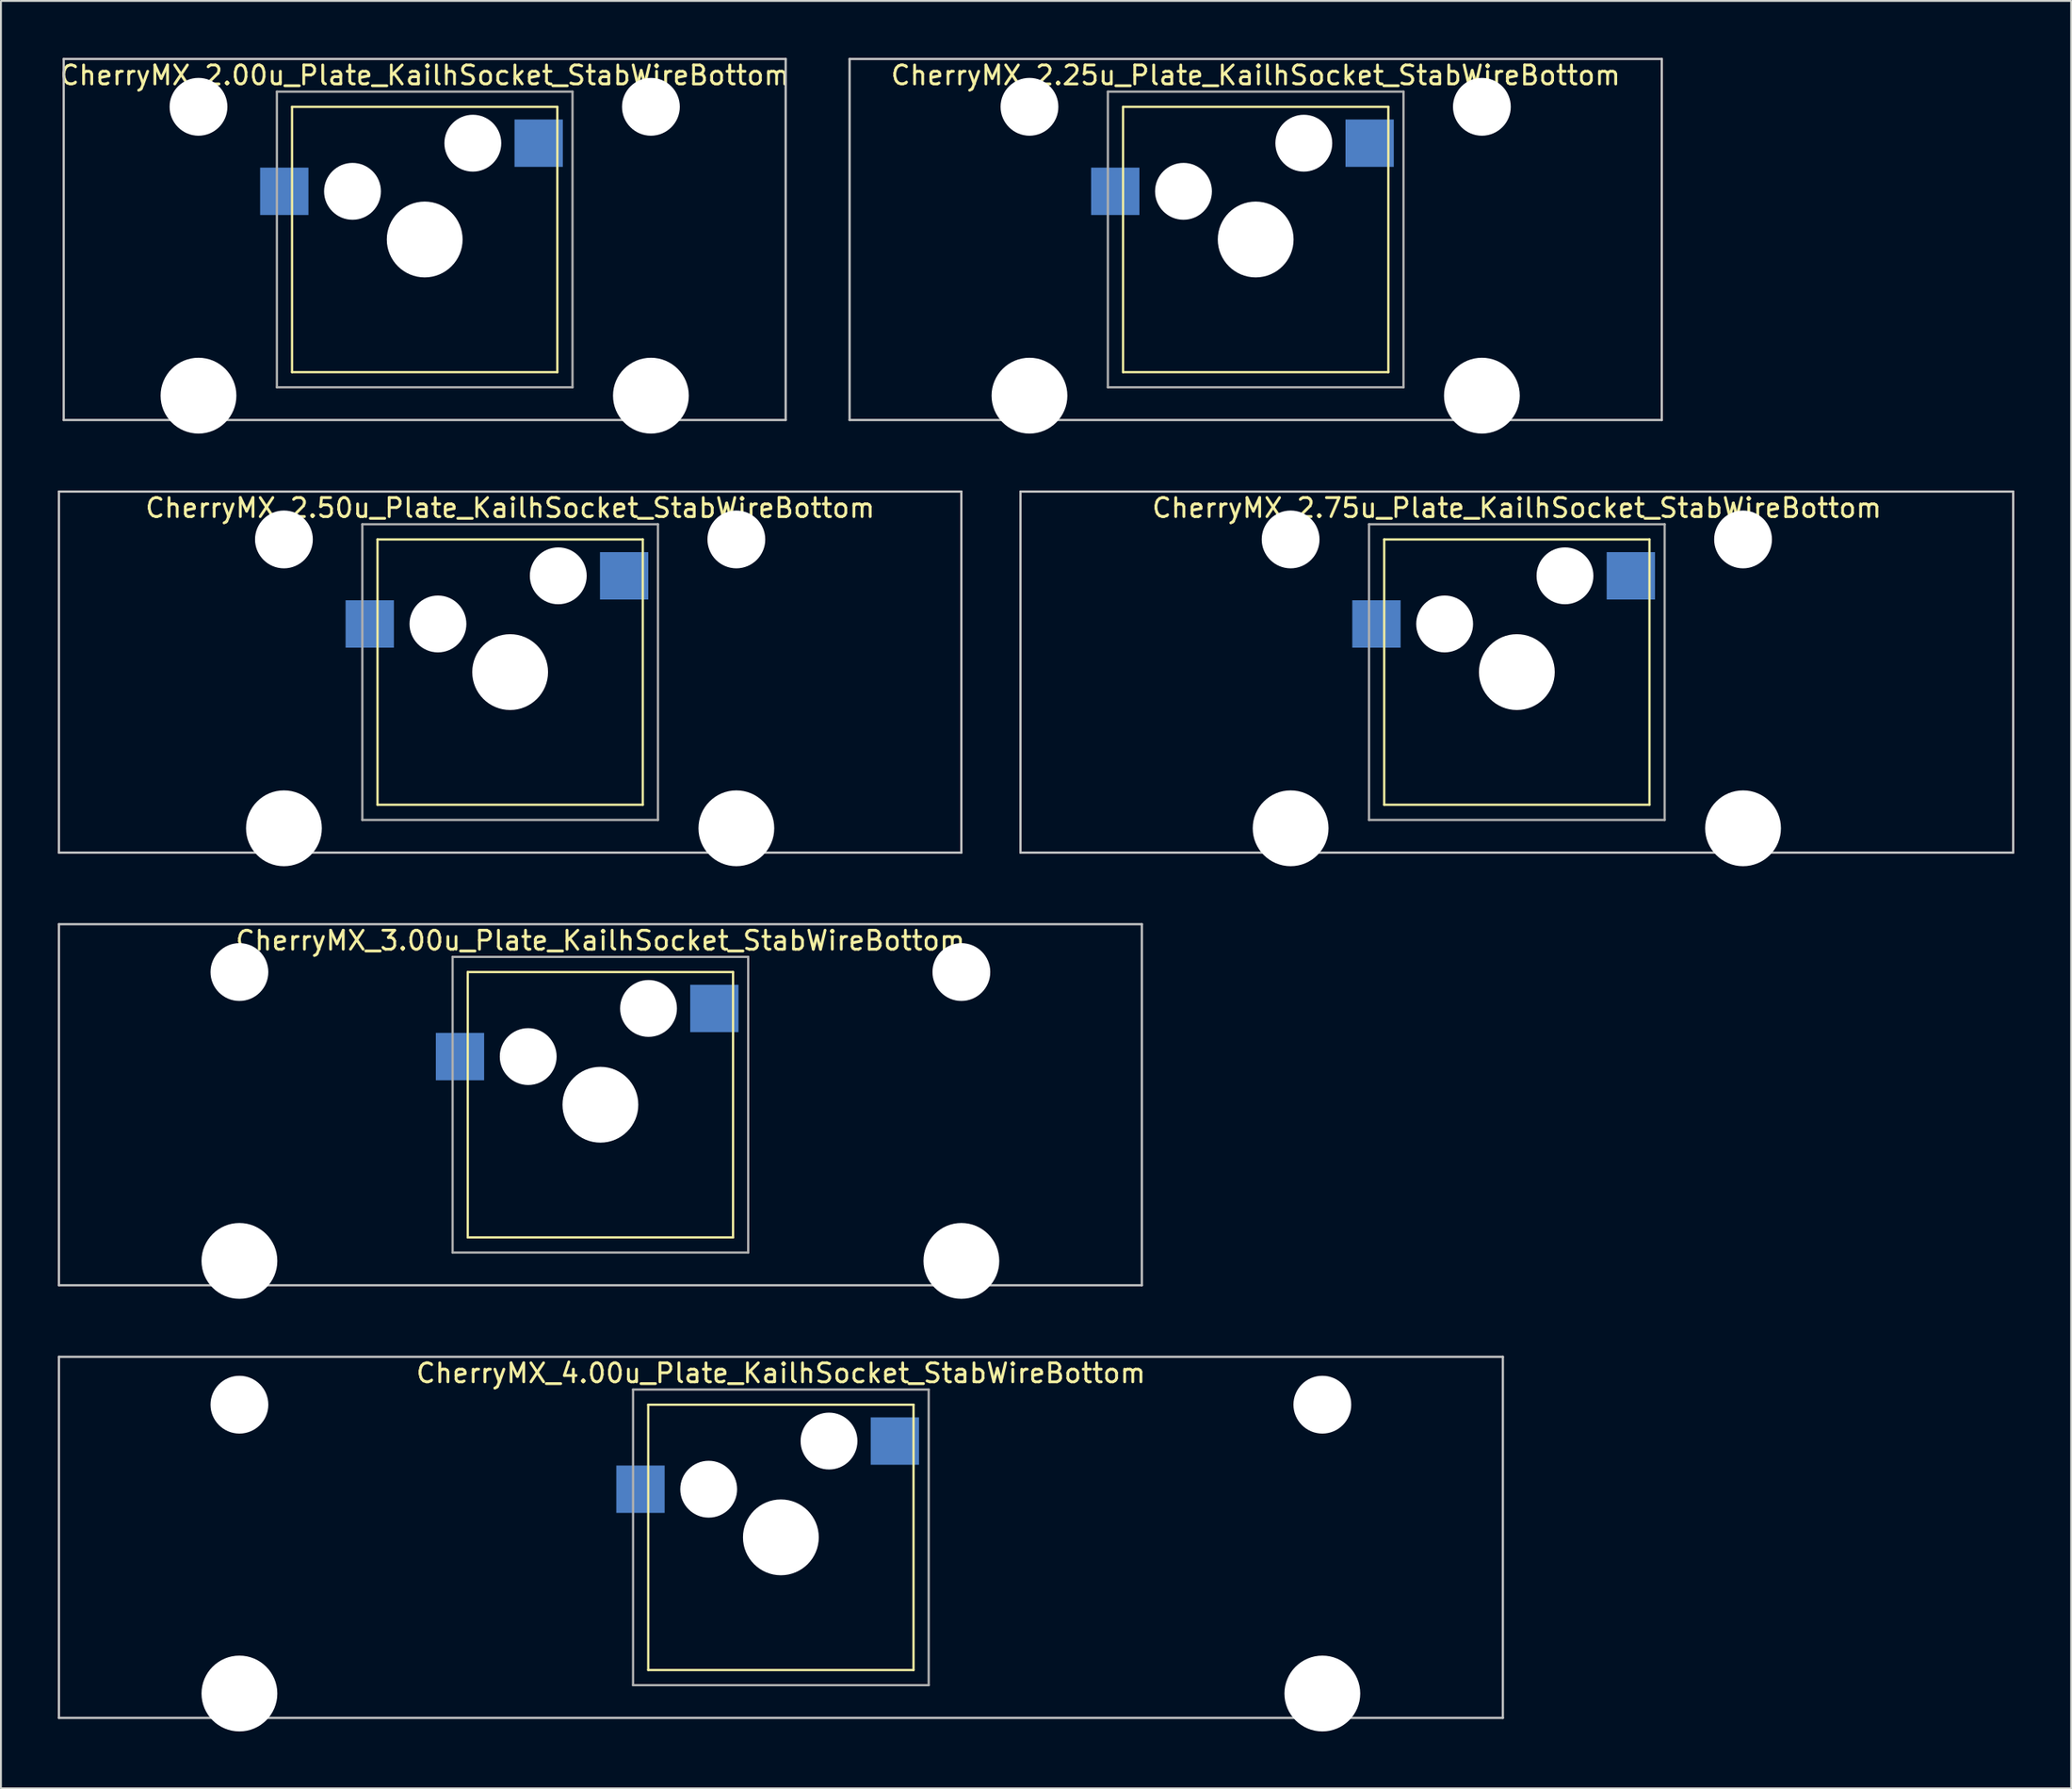
<source format=kicad_pcb>
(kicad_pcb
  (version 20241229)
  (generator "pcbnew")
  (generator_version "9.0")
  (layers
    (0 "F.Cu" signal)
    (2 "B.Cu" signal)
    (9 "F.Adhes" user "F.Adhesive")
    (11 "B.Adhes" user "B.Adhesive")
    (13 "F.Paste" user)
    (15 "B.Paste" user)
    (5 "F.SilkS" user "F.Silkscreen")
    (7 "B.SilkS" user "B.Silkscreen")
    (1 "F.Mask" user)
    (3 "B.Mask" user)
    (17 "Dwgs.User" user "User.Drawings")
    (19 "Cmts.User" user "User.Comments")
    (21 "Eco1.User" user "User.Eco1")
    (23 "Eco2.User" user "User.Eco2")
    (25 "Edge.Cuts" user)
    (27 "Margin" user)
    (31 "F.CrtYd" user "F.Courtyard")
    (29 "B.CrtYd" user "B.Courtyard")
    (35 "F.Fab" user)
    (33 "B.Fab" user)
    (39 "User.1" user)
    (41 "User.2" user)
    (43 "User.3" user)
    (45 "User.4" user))
  (footprint "CherryMX_2.25u_Plate_KailhSocket_StabWireBottom"
    (layer "F.Cu")
    (at 63.217 9.585)
    (property "Reference" "CherryMX_2.25u_Plate_KailhSocket_StabWireBottom" (at 0 -8.662 0) (layer "F.SilkS") (effects (font (size 1 1) (thickness 0.15))))
    (attr through_hole)
    (fp_line (start -7 -7) (end -7 7) (stroke (width 0.12) (type solid)) (layer "F.SilkS"))
    (fp_line (start -7 -7) (end 7 -7) (stroke (width 0.12) (type solid)) (layer "F.SilkS"))
    (fp_line (start 7 -7) (end 7 7) (stroke (width 0.12) (type solid)) (layer "F.SilkS"))
    (fp_line (start 7 7) (end -7 7) (stroke (width 0.12) (type solid)) (layer "F.SilkS"))
    (fp_line (start -21.431 -9.525) (end 21.431 -9.525) (stroke (width 0.12) (type solid)) (layer "Dwgs.User"))
    (fp_line (start -21.431 9.525) (end -21.431 -9.525) (stroke (width 0.12) (type solid)) (layer "Dwgs.User"))
    (fp_line (start 21.431 -9.525) (end 21.431 9.525) (stroke (width 0.12) (type solid)) (layer "Dwgs.User"))
    (fp_line (start 21.431 9.525) (end -21.431 9.525) (stroke (width 0.12) (type solid)) (layer "Dwgs.User"))
    (fp_line (start -7.8 -7.8) (end -7.8 7.8) (stroke (width 0.12) (type solid)) (layer "F.Fab"))
    (fp_line (start -7.8 -7.8) (end 7.8 -7.8) (stroke (width 0.12) (type solid)) (layer "F.Fab"))
    (fp_line (start -7.8 7.8) (end 7.8 7.8) (stroke (width 0.12) (type solid)) (layer "F.Fab"))
    (fp_line (start 7.8 -7.8) (end 7.8 7.8) (stroke (width 0.12) (type solid)) (layer "F.Fab"))
    (pad "" np_thru_hole circle (at -11.938 -7) (size 3.05 3.05) (drill 3.05) (layers "*.Cu" "*.Mask"))
    (pad "" np_thru_hole circle (at -11.938 8.24) (size 4 4) (drill 4) (layers "*.Cu" "*.Mask"))
    (pad "" np_thru_hole circle (at -3.81 -2.54) (size 3 3) (drill 3) (layers "*.Cu" "*.Mask"))
    (pad "" np_thru_hole circle (at 0 0) (size 4 4) (drill 4) (layers "*.Cu" "*.Mask"))
    (pad "" np_thru_hole circle (at 2.54 -5.08) (size 3 3) (drill 3) (layers "*.Cu" "*.Mask"))
    (pad "" np_thru_hole circle (at 11.938 -7) (size 3.05 3.05) (drill 3.05) (layers "*.Cu" "*.Mask"))
    (pad "" np_thru_hole circle (at 11.938 8.24) (size 4 4) (drill 4) (layers "*.Cu" "*.Mask"))
    (pad "1" smd rect (at -7.41 -2.54) (size 2.55 2.5) (layers "B.Cu" "B.Mask" "B.Paste"))
    (pad "2" smd rect (at 6.015 -5.08) (size 2.55 2.5) (layers "B.Cu" "B.Mask" "B.Paste")))
  (footprint "CherryMX_2.00u_Plate_KailhSocket_StabWireBottom"
    (layer "F.Cu")
    (at 19.363 9.585)
    (property "Reference" "CherryMX_2.00u_Plate_KailhSocket_StabWireBottom" (at 0 -8.662 0) (layer "F.SilkS") (effects (font (size 1 1) (thickness 0.15))))
    (attr through_hole)
    (fp_line (start -7 -7) (end -7 7) (stroke (width 0.12) (type solid)) (layer "F.SilkS"))
    (fp_line (start -7 -7) (end 7 -7) (stroke (width 0.12) (type solid)) (layer "F.SilkS"))
    (fp_line (start 7 -7) (end 7 7) (stroke (width 0.12) (type solid)) (layer "F.SilkS"))
    (fp_line (start 7 7) (end -7 7) (stroke (width 0.12) (type solid)) (layer "F.SilkS"))
    (fp_line (start -19.05 -9.525) (end 19.05 -9.525) (stroke (width 0.12) (type solid)) (layer "Dwgs.User"))
    (fp_line (start -19.05 9.525) (end -19.05 -9.525) (stroke (width 0.12) (type solid)) (layer "Dwgs.User"))
    (fp_line (start 19.05 -9.525) (end 19.05 9.525) (stroke (width 0.12) (type solid)) (layer "Dwgs.User"))
    (fp_line (start 19.05 9.525) (end -19.05 9.525) (stroke (width 0.12) (type solid)) (layer "Dwgs.User"))
    (fp_line (start -7.8 -7.8) (end -7.8 7.8) (stroke (width 0.12) (type solid)) (layer "F.Fab"))
    (fp_line (start -7.8 -7.8) (end 7.8 -7.8) (stroke (width 0.12) (type solid)) (layer "F.Fab"))
    (fp_line (start -7.8 7.8) (end 7.8 7.8) (stroke (width 0.12) (type solid)) (layer "F.Fab"))
    (fp_line (start 7.8 -7.8) (end 7.8 7.8) (stroke (width 0.12) (type solid)) (layer "F.Fab"))
    (pad "" np_thru_hole circle (at -11.938 -7) (size 3.05 3.05) (drill 3.05) (layers "*.Cu" "*.Mask"))
    (pad "" np_thru_hole circle (at -11.938 8.24) (size 4 4) (drill 4) (layers "*.Cu" "*.Mask"))
    (pad "" np_thru_hole circle (at -3.81 -2.54) (size 3 3) (drill 3) (layers "*.Cu" "*.Mask"))
    (pad "" np_thru_hole circle (at 0 0) (size 4 4) (drill 4) (layers "*.Cu" "*.Mask"))
    (pad "" np_thru_hole circle (at 2.54 -5.08) (size 3 3) (drill 3) (layers "*.Cu" "*.Mask"))
    (pad "" np_thru_hole circle (at 11.938 -7) (size 3.05 3.05) (drill 3.05) (layers "*.Cu" "*.Mask"))
    (pad "" np_thru_hole circle (at 11.938 8.24) (size 4 4) (drill 4) (layers "*.Cu" "*.Mask"))
    (pad "1" smd rect (at -7.41 -2.54) (size 2.55 2.5) (layers "B.Cu" "B.Mask" "B.Paste"))
    (pad "2" smd rect (at 6.015 -5.08) (size 2.55 2.5) (layers "B.Cu" "B.Mask" "B.Paste")))
  (footprint "CherryMX_2.75u_Plate_KailhSocket_StabWireBottom"
    (layer "F.Cu")
    (at 76.999 32.41)
    (property "Reference" "CherryMX_2.75u_Plate_KailhSocket_StabWireBottom" (at 0 -8.662 0) (layer "F.SilkS") (effects (font (size 1 1) (thickness 0.15))))
    (attr through_hole)
    (fp_line (start -7 -7) (end -7 7) (stroke (width 0.12) (type solid)) (layer "F.SilkS"))
    (fp_line (start -7 -7) (end 7 -7) (stroke (width 0.12) (type solid)) (layer "F.SilkS"))
    (fp_line (start 7 -7) (end 7 7) (stroke (width 0.12) (type solid)) (layer "F.SilkS"))
    (fp_line (start 7 7) (end -7 7) (stroke (width 0.12) (type solid)) (layer "F.SilkS"))
    (fp_line (start -26.194 -9.525) (end 26.194 -9.525) (stroke (width 0.12) (type solid)) (layer "Dwgs.User"))
    (fp_line (start -26.194 9.525) (end -26.194 -9.525) (stroke (width 0.12) (type solid)) (layer "Dwgs.User"))
    (fp_line (start 26.194 -9.525) (end 26.194 9.525) (stroke (width 0.12) (type solid)) (layer "Dwgs.User"))
    (fp_line (start 26.194 9.525) (end -26.194 9.525) (stroke (width 0.12) (type solid)) (layer "Dwgs.User"))
    (fp_line (start -7.8 -7.8) (end -7.8 7.8) (stroke (width 0.12) (type solid)) (layer "F.Fab"))
    (fp_line (start -7.8 -7.8) (end 7.8 -7.8) (stroke (width 0.12) (type solid)) (layer "F.Fab"))
    (fp_line (start -7.8 7.8) (end 7.8 7.8) (stroke (width 0.12) (type solid)) (layer "F.Fab"))
    (fp_line (start 7.8 -7.8) (end 7.8 7.8) (stroke (width 0.12) (type solid)) (layer "F.Fab"))
    (pad "" np_thru_hole circle (at -11.938 -7) (size 3.05 3.05) (drill 3.05) (layers "*.Cu" "*.Mask"))
    (pad "" np_thru_hole circle (at -11.938 8.24) (size 4 4) (drill 4) (layers "*.Cu" "*.Mask"))
    (pad "" np_thru_hole circle (at -3.81 -2.54) (size 3 3) (drill 3) (layers "*.Cu" "*.Mask"))
    (pad "" np_thru_hole circle (at 0 0) (size 4 4) (drill 4) (layers "*.Cu" "*.Mask"))
    (pad "" np_thru_hole circle (at 2.54 -5.08) (size 3 3) (drill 3) (layers "*.Cu" "*.Mask"))
    (pad "" np_thru_hole circle (at 11.938 -7) (size 3.05 3.05) (drill 3.05) (layers "*.Cu" "*.Mask"))
    (pad "" np_thru_hole circle (at 11.938 8.24) (size 4 4) (drill 4) (layers "*.Cu" "*.Mask"))
    (pad "1" smd rect (at -7.41 -2.54) (size 2.55 2.5) (layers "B.Cu" "B.Mask" "B.Paste"))
    (pad "2" smd rect (at 6.015 -5.08) (size 2.55 2.5) (layers "B.Cu" "B.Mask" "B.Paste")))
  (footprint "CherryMX_4.00u_Plate_KailhSocket_StabWireBottom"
    (layer "F.Cu")
    (at 38.16 78.06)
    (property "Reference" "CherryMX_4.00u_Plate_KailhSocket_StabWireBottom" (at 0 -8.662 0) (layer "F.SilkS") (effects (font (size 1 1) (thickness 0.15))))
    (attr through_hole)
    (fp_line (start -7 -7) (end -7 7) (stroke (width 0.12) (type solid)) (layer "F.SilkS"))
    (fp_line (start -7 -7) (end 7 -7) (stroke (width 0.12) (type solid)) (layer "F.SilkS"))
    (fp_line (start 7 -7) (end 7 7) (stroke (width 0.12) (type solid)) (layer "F.SilkS"))
    (fp_line (start 7 7) (end -7 7) (stroke (width 0.12) (type solid)) (layer "F.SilkS"))
    (fp_line (start -38.1 -9.525) (end 38.1 -9.525) (stroke (width 0.12) (type solid)) (layer "Dwgs.User"))
    (fp_line (start -38.1 9.525) (end -38.1 -9.525) (stroke (width 0.12) (type solid)) (layer "Dwgs.User"))
    (fp_line (start 38.1 -9.525) (end 38.1 9.525) (stroke (width 0.12) (type solid)) (layer "Dwgs.User"))
    (fp_line (start 38.1 9.525) (end -38.1 9.525) (stroke (width 0.12) (type solid)) (layer "Dwgs.User"))
    (fp_line (start -7.8 -7.8) (end -7.8 7.8) (stroke (width 0.12) (type solid)) (layer "F.Fab"))
    (fp_line (start -7.8 -7.8) (end 7.8 -7.8) (stroke (width 0.12) (type solid)) (layer "F.Fab"))
    (fp_line (start -7.8 7.8) (end 7.8 7.8) (stroke (width 0.12) (type solid)) (layer "F.Fab"))
    (fp_line (start 7.8 -7.8) (end 7.8 7.8) (stroke (width 0.12) (type solid)) (layer "F.Fab"))
    (pad "" np_thru_hole circle (at -28.575 -7) (size 3.05 3.05) (drill 3.05) (layers "*.Cu" "*.Mask"))
    (pad "" np_thru_hole circle (at -28.575 8.24) (size 4 4) (drill 4) (layers "*.Cu" "*.Mask"))
    (pad "" np_thru_hole circle (at -3.81 -2.54) (size 3 3) (drill 3) (layers "*.Cu" "*.Mask"))
    (pad "" np_thru_hole circle (at 0 0) (size 4 4) (drill 4) (layers "*.Cu" "*.Mask"))
    (pad "" np_thru_hole circle (at 2.54 -5.08) (size 3 3) (drill 3) (layers "*.Cu" "*.Mask"))
    (pad "" np_thru_hole circle (at 28.575 -7) (size 3.05 3.05) (drill 3.05) (layers "*.Cu" "*.Mask"))
    (pad "" np_thru_hole circle (at 28.575 8.24) (size 4 4) (drill 4) (layers "*.Cu" "*.Mask"))
    (pad "1" smd rect (at -7.41 -2.54) (size 2.55 2.5) (layers "B.Cu" "B.Mask" "B.Paste"))
    (pad "2" smd rect (at 6.015 -5.08) (size 2.55 2.5) (layers "B.Cu" "B.Mask" "B.Paste")))
  (footprint "CherryMX_2.50u_Plate_KailhSocket_StabWireBottom"
    (layer "F.Cu")
    (at 23.872 32.41)
    (property "Reference" "CherryMX_2.50u_Plate_KailhSocket_StabWireBottom" (at 0 -8.662 0) (layer "F.SilkS") (effects (font (size 1 1) (thickness 0.15))))
    (attr through_hole)
    (fp_line (start -7 -7) (end -7 7) (stroke (width 0.12) (type solid)) (layer "F.SilkS"))
    (fp_line (start -7 -7) (end 7 -7) (stroke (width 0.12) (type solid)) (layer "F.SilkS"))
    (fp_line (start 7 -7) (end 7 7) (stroke (width 0.12) (type solid)) (layer "F.SilkS"))
    (fp_line (start 7 7) (end -7 7) (stroke (width 0.12) (type solid)) (layer "F.SilkS"))
    (fp_line (start -23.812 -9.525) (end 23.812 -9.525) (stroke (width 0.12) (type solid)) (layer "Dwgs.User"))
    (fp_line (start -23.812 9.525) (end -23.812 -9.525) (stroke (width 0.12) (type solid)) (layer "Dwgs.User"))
    (fp_line (start 23.812 -9.525) (end 23.812 9.525) (stroke (width 0.12) (type solid)) (layer "Dwgs.User"))
    (fp_line (start 23.812 9.525) (end -23.812 9.525) (stroke (width 0.12) (type solid)) (layer "Dwgs.User"))
    (fp_line (start -7.8 -7.8) (end -7.8 7.8) (stroke (width 0.12) (type solid)) (layer "F.Fab"))
    (fp_line (start -7.8 -7.8) (end 7.8 -7.8) (stroke (width 0.12) (type solid)) (layer "F.Fab"))
    (fp_line (start -7.8 7.8) (end 7.8 7.8) (stroke (width 0.12) (type solid)) (layer "F.Fab"))
    (fp_line (start 7.8 -7.8) (end 7.8 7.8) (stroke (width 0.12) (type solid)) (layer "F.Fab"))
    (pad "" np_thru_hole circle (at -11.938 -7) (size 3.05 3.05) (drill 3.05) (layers "*.Cu" "*.Mask"))
    (pad "" np_thru_hole circle (at -11.938 8.24) (size 4 4) (drill 4) (layers "*.Cu" "*.Mask"))
    (pad "" np_thru_hole circle (at -3.81 -2.54) (size 3 3) (drill 3) (layers "*.Cu" "*.Mask"))
    (pad "" np_thru_hole circle (at 0 0) (size 4 4) (drill 4) (layers "*.Cu" "*.Mask"))
    (pad "" np_thru_hole circle (at 2.54 -5.08) (size 3 3) (drill 3) (layers "*.Cu" "*.Mask"))
    (pad "" np_thru_hole circle (at 11.938 -7) (size 3.05 3.05) (drill 3.05) (layers "*.Cu" "*.Mask"))
    (pad "" np_thru_hole circle (at 11.938 8.24) (size 4 4) (drill 4) (layers "*.Cu" "*.Mask"))
    (pad "1" smd rect (at -7.41 -2.54) (size 2.55 2.5) (layers "B.Cu" "B.Mask" "B.Paste"))
    (pad "2" smd rect (at 6.015 -5.08) (size 2.55 2.5) (layers "B.Cu" "B.Mask" "B.Paste")))
  (footprint "CherryMX_3.00u_Plate_KailhSocket_StabWireBottom"
    (layer "F.Cu")
    (at 28.635 55.235)
    (property "Reference" "CherryMX_3.00u_Plate_KailhSocket_StabWireBottom" (at 0 -8.662 0) (layer "F.SilkS") (effects (font (size 1 1) (thickness 0.15))))
    (attr through_hole)
    (fp_line (start -7 -7) (end -7 7) (stroke (width 0.12) (type solid)) (layer "F.SilkS"))
    (fp_line (start -7 -7) (end 7 -7) (stroke (width 0.12) (type solid)) (layer "F.SilkS"))
    (fp_line (start 7 -7) (end 7 7) (stroke (width 0.12) (type solid)) (layer "F.SilkS"))
    (fp_line (start 7 7) (end -7 7) (stroke (width 0.12) (type solid)) (layer "F.SilkS"))
    (fp_line (start -28.575 -9.525) (end 28.575 -9.525) (stroke (width 0.12) (type solid)) (layer "Dwgs.User"))
    (fp_line (start -28.575 9.525) (end -28.575 -9.525) (stroke (width 0.12) (type solid)) (layer "Dwgs.User"))
    (fp_line (start 28.575 -9.525) (end 28.575 9.525) (stroke (width 0.12) (type solid)) (layer "Dwgs.User"))
    (fp_line (start 28.575 9.525) (end -28.575 9.525) (stroke (width 0.12) (type solid)) (layer "Dwgs.User"))
    (fp_line (start -7.8 -7.8) (end -7.8 7.8) (stroke (width 0.12) (type solid)) (layer "F.Fab"))
    (fp_line (start -7.8 -7.8) (end 7.8 -7.8) (stroke (width 0.12) (type solid)) (layer "F.Fab"))
    (fp_line (start -7.8 7.8) (end 7.8 7.8) (stroke (width 0.12) (type solid)) (layer "F.Fab"))
    (fp_line (start 7.8 -7.8) (end 7.8 7.8) (stroke (width 0.12) (type solid)) (layer "F.Fab"))
    (pad "" np_thru_hole circle (at -19.05 -7) (size 3.05 3.05) (drill 3.05) (layers "*.Cu" "*.Mask"))
    (pad "" np_thru_hole circle (at -19.05 8.24) (size 4 4) (drill 4) (layers "*.Cu" "*.Mask"))
    (pad "" np_thru_hole circle (at -3.81 -2.54) (size 3 3) (drill 3) (layers "*.Cu" "*.Mask"))
    (pad "" np_thru_hole circle (at 0 0) (size 4 4) (drill 4) (layers "*.Cu" "*.Mask"))
    (pad "" np_thru_hole circle (at 2.54 -5.08) (size 3 3) (drill 3) (layers "*.Cu" "*.Mask"))
    (pad "" np_thru_hole circle (at 19.05 -7) (size 3.05 3.05) (drill 3.05) (layers "*.Cu" "*.Mask"))
    (pad "" np_thru_hole circle (at 19.05 8.24) (size 4 4) (drill 4) (layers "*.Cu" "*.Mask"))
    (pad "1" smd rect (at -7.41 -2.54) (size 2.55 2.5) (layers "B.Cu" "B.Mask" "B.Paste"))
    (pad "2" smd rect (at 6.015 -5.08) (size 2.55 2.5) (layers "B.Cu" "B.Mask" "B.Paste")))
  (gr_rect
    (start -3 -3)
    (end 106.252 91.3)
    (stroke (width 0.1) (type default))
    (fill no)
    (layer "Edge.Cuts")))
</source>
